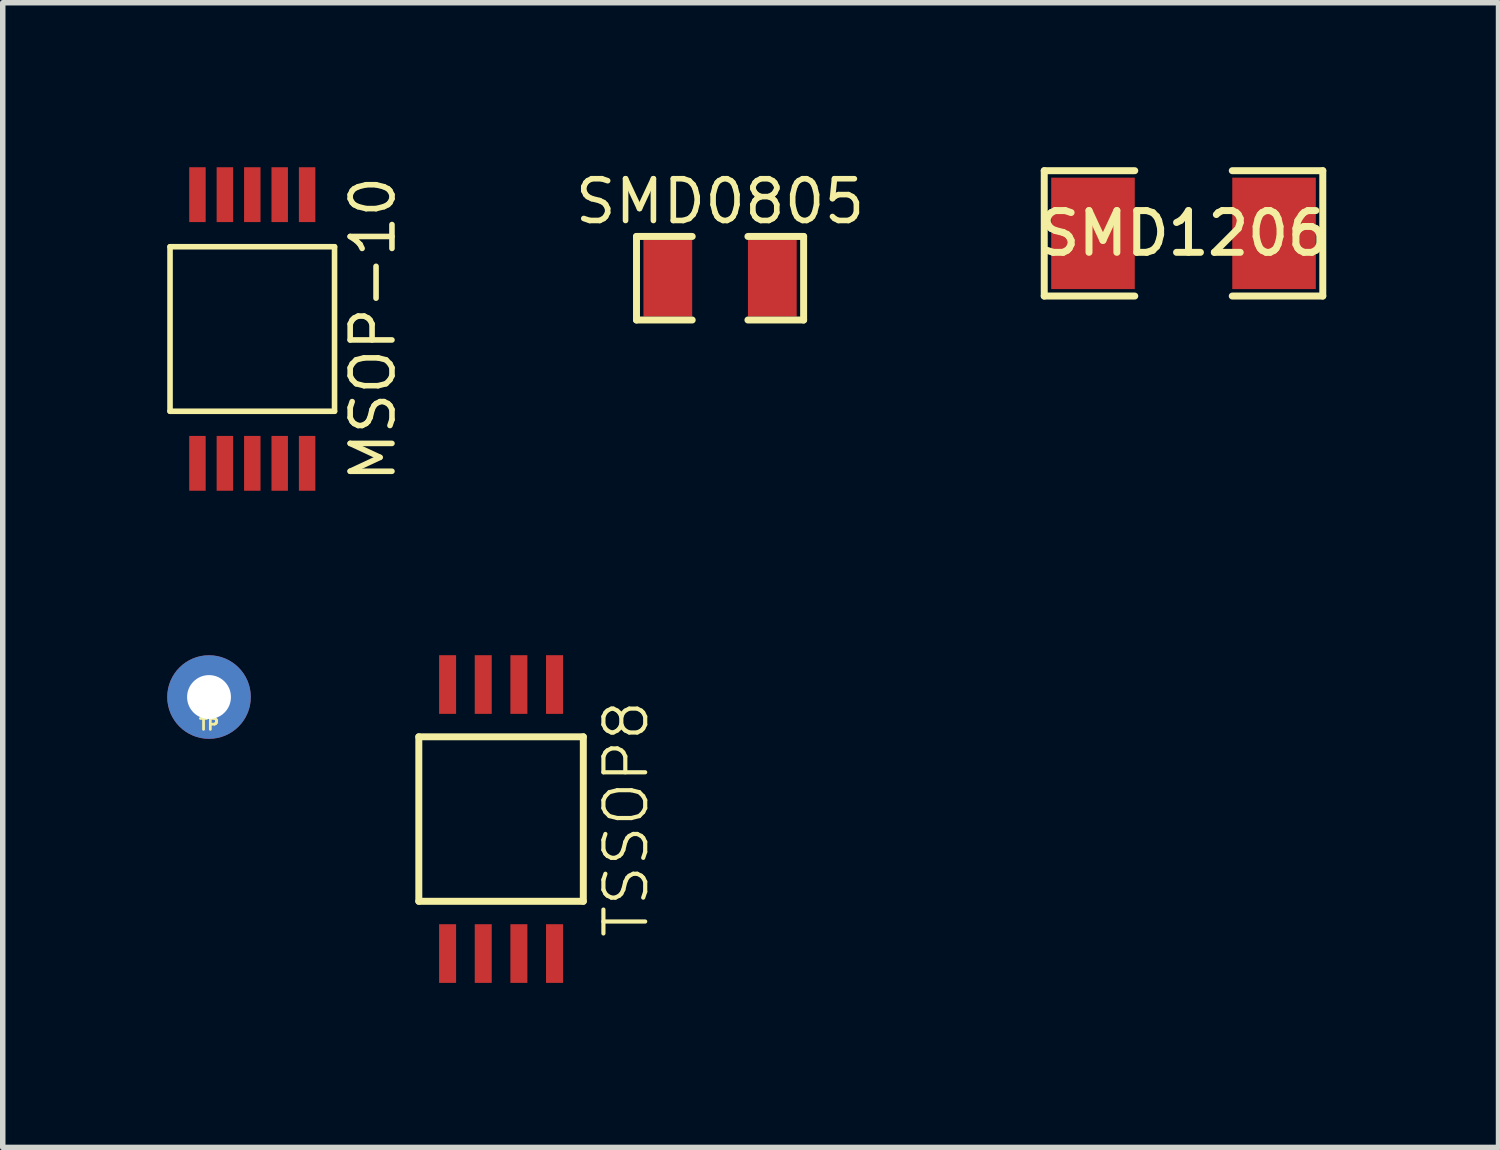
<source format=kicad_pcb>
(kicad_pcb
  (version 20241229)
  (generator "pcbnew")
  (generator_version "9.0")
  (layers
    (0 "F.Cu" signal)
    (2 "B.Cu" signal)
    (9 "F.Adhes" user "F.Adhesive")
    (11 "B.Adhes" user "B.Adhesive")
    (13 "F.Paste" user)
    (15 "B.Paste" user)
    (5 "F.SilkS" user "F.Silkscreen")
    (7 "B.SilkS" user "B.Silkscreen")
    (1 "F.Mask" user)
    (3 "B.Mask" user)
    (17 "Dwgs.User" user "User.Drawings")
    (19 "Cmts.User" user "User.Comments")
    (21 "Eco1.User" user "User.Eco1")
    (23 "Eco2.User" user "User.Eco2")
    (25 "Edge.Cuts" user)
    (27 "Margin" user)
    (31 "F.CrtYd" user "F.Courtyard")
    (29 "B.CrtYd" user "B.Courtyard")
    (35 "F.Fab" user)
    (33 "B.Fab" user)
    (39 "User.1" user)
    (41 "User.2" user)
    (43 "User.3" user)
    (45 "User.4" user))
  (footprint "SMD0805"
    (layer "F.Cu")
    (at 10.082 2.024)
    (property "Reference" "SMD0805" (at 0 -1.4 0) (layer "F.SilkS") (effects (font (size 0.762 0.762) (thickness 0.102))))
    (attr smd)
    (fp_line (start -1.524 -0.762) (end -0.508 -0.762) (stroke (width 0.127) (type solid)) (layer "F.SilkS"))
    (fp_line (start -1.524 0.762) (end -1.524 -0.762) (stroke (width 0.127) (type solid)) (layer "F.SilkS"))
    (fp_line (start -0.508 0.762) (end -1.524 0.762) (stroke (width 0.127) (type solid)) (layer "F.SilkS"))
    (fp_line (start 0.508 -0.762) (end 1.524 -0.762) (stroke (width 0.127) (type solid)) (layer "F.SilkS"))
    (fp_line (start 1.524 -0.762) (end 1.524 0.762) (stroke (width 0.127) (type solid)) (layer "F.SilkS"))
    (fp_line (start 1.524 0.762) (end 0.508 0.762) (stroke (width 0.127) (type solid)) (layer "F.SilkS"))
    (pad "1" smd rect (at -0.953 0) (size 0.889 1.397) (layers "F.Cu" "F.Mask" "F.Paste"))
    (pad "2" smd rect (at 0.953 0) (size 0.889 1.397) (layers "F.Cu" "F.Mask" "F.Paste")))
  (footprint "MSOP-10"
    (layer "F.Cu")
    (at 1.551 2.95)
    (property "Reference" "MSOP-10" (at 2.2 0 90) (layer "F.SilkS") (effects (font (size 0.762 0.762) (thickness 0.102))))
    (attr through_hole)
    (fp_line (start -1.5 -1.5) (end 1.5 -1.5) (stroke (width 0.102) (type solid)) (layer "F.SilkS"))
    (fp_line (start -1.5 1.5) (end -1.5 -1.5) (stroke (width 0.102) (type solid)) (layer "F.SilkS"))
    (fp_line (start 1.5 -1.5) (end 1.5 1.5) (stroke (width 0.102) (type solid)) (layer "F.SilkS"))
    (fp_line (start 1.5 1.5) (end -1.5 1.5) (stroke (width 0.102) (type solid)) (layer "F.SilkS"))
    (pad "1" smd rect (at -1 2.45) (size 0.3 1) (layers "F.Cu" "F.Mask" "F.Paste"))
    (pad "2" smd rect (at -0.5 2.45) (size 0.3 1) (layers "F.Cu" "F.Mask" "F.Paste"))
    (pad "3" smd rect (at 0 2.45) (size 0.3 1) (layers "F.Cu" "F.Mask" "F.Paste"))
    (pad "4" smd rect (at 0.5 2.45) (size 0.3 1) (layers "F.Cu" "F.Mask" "F.Paste"))
    (pad "5" smd rect (at 1 2.45) (size 0.3 1) (layers "F.Cu" "F.Mask" "F.Paste"))
    (pad "6" smd rect (at 1 -2.45) (size 0.3 1) (layers "F.Cu" "F.Mask" "F.Paste"))
    (pad "7" smd rect (at 0.5 -2.45) (size 0.3 1) (layers "F.Cu" "F.Mask" "F.Paste"))
    (pad "8" smd rect (at 0 -2.45) (size 0.3 1) (layers "F.Cu" "F.Mask" "F.Paste"))
    (pad "9" smd rect (at -0.5 -2.45) (size 0.3 1) (layers "F.Cu" "F.Mask" "F.Paste"))
    (pad "10" smd rect (at -1 -2.45) (size 0.3 1) (layers "F.Cu" "F.Mask" "F.Paste")))
  (footprint "SMD1206"
    (layer "F.Cu")
    (at 18.534 1.206)
    (property "Reference" "SMD1206" (at 0 0 0) (layer "F.SilkS") (effects (font (size 0.762 0.762) (thickness 0.127))))
    (attr smd)
    (fp_line (start -2.54 -1.143) (end -2.54 1.143) (stroke (width 0.127) (type solid)) (layer "F.SilkS"))
    (fp_line (start -2.54 1.143) (end -0.889 1.143) (stroke (width 0.127) (type solid)) (layer "F.SilkS"))
    (fp_line (start -0.889 -1.143) (end -2.54 -1.143) (stroke (width 0.127) (type solid)) (layer "F.SilkS"))
    (fp_line (start 0.889 -1.143) (end 2.54 -1.143) (stroke (width 0.127) (type solid)) (layer "F.SilkS"))
    (fp_line (start 2.54 -1.143) (end 2.54 1.143) (stroke (width 0.127) (type solid)) (layer "F.SilkS"))
    (fp_line (start 2.54 1.143) (end 0.889 1.143) (stroke (width 0.127) (type solid)) (layer "F.SilkS"))
    (pad "1" smd rect (at -1.651 0) (size 1.524 2.032) (layers "F.Cu" "F.Mask" "F.Paste"))
    (pad "2" smd rect (at 1.651 0) (size 1.524 2.032) (layers "F.Cu" "F.Mask" "F.Paste")))
  (footprint "TSSOP8"
    (layer "F.Cu")
    (at 6.088 11.887)
    (property "Reference" "TSSOP8" (at 2.28 0 90) (layer "F.SilkS") (effects (font (size 0.762 0.762) (thickness 0.076))))
    (attr through_hole)
    (fp_line (start -1.5 -1.5) (end 1.5 -1.5) (stroke (width 0.127) (type solid)) (layer "F.SilkS"))
    (fp_line (start -1.5 1.5) (end -1.5 -1.5) (stroke (width 0.127) (type solid)) (layer "F.SilkS"))
    (fp_line (start 1.5 -1.5) (end 1.5 1.5) (stroke (width 0.127) (type solid)) (layer "F.SilkS"))
    (fp_line (start 1.5 1.5) (end -1.5 1.5) (stroke (width 0.127) (type solid)) (layer "F.SilkS"))
    (pad "1" smd rect (at -0.975 2.453) (size 0.31 1.07) (layers "F.Cu" "F.Mask" "F.Paste"))
    (pad "2" smd rect (at -0.325 2.453) (size 0.31 1.07) (layers "F.Cu" "F.Mask" "F.Paste"))
    (pad "3" smd rect (at 0.325 2.453) (size 0.31 1.07) (layers "F.Cu" "F.Mask" "F.Paste"))
    (pad "4" smd rect (at 0.975 2.453) (size 0.31 1.07) (layers "F.Cu" "F.Mask" "F.Paste"))
    (pad "5" smd rect (at 0.975 -2.453) (size 0.31 1.07) (layers "F.Cu" "F.Mask" "F.Paste"))
    (pad "6" smd rect (at 0.325 -2.453) (size 0.31 1.07) (layers "F.Cu" "F.Mask" "F.Paste"))
    (pad "7" smd rect (at -0.325 -2.453) (size 0.31 1.07) (layers "F.Cu" "F.Mask" "F.Paste"))
    (pad "8" smd rect (at -0.975 -2.453) (size 0.31 1.07) (layers "F.Cu" "F.Mask" "F.Paste")))
  (footprint "TP"
    (layer "F.Cu")
    (at 0.762 9.662)
    (property "Reference" "TP" (at 0 0.5 0) (layer "F.SilkS") (effects (font (size 0.2 0.2) (thickness 0.05))))
    (attr through_hole)
    (pad "1" thru_hole circle (at 0 0) (size 1.524 1.524) (drill 0.8) (layers "*.Cu" "*.Mask")))
  (gr_rect
    (start -3 -3)
    (end 24.279 17.875)
    (stroke (width 0.1) (type default))
    (fill no)
    (layer "Edge.Cuts")))
</source>
